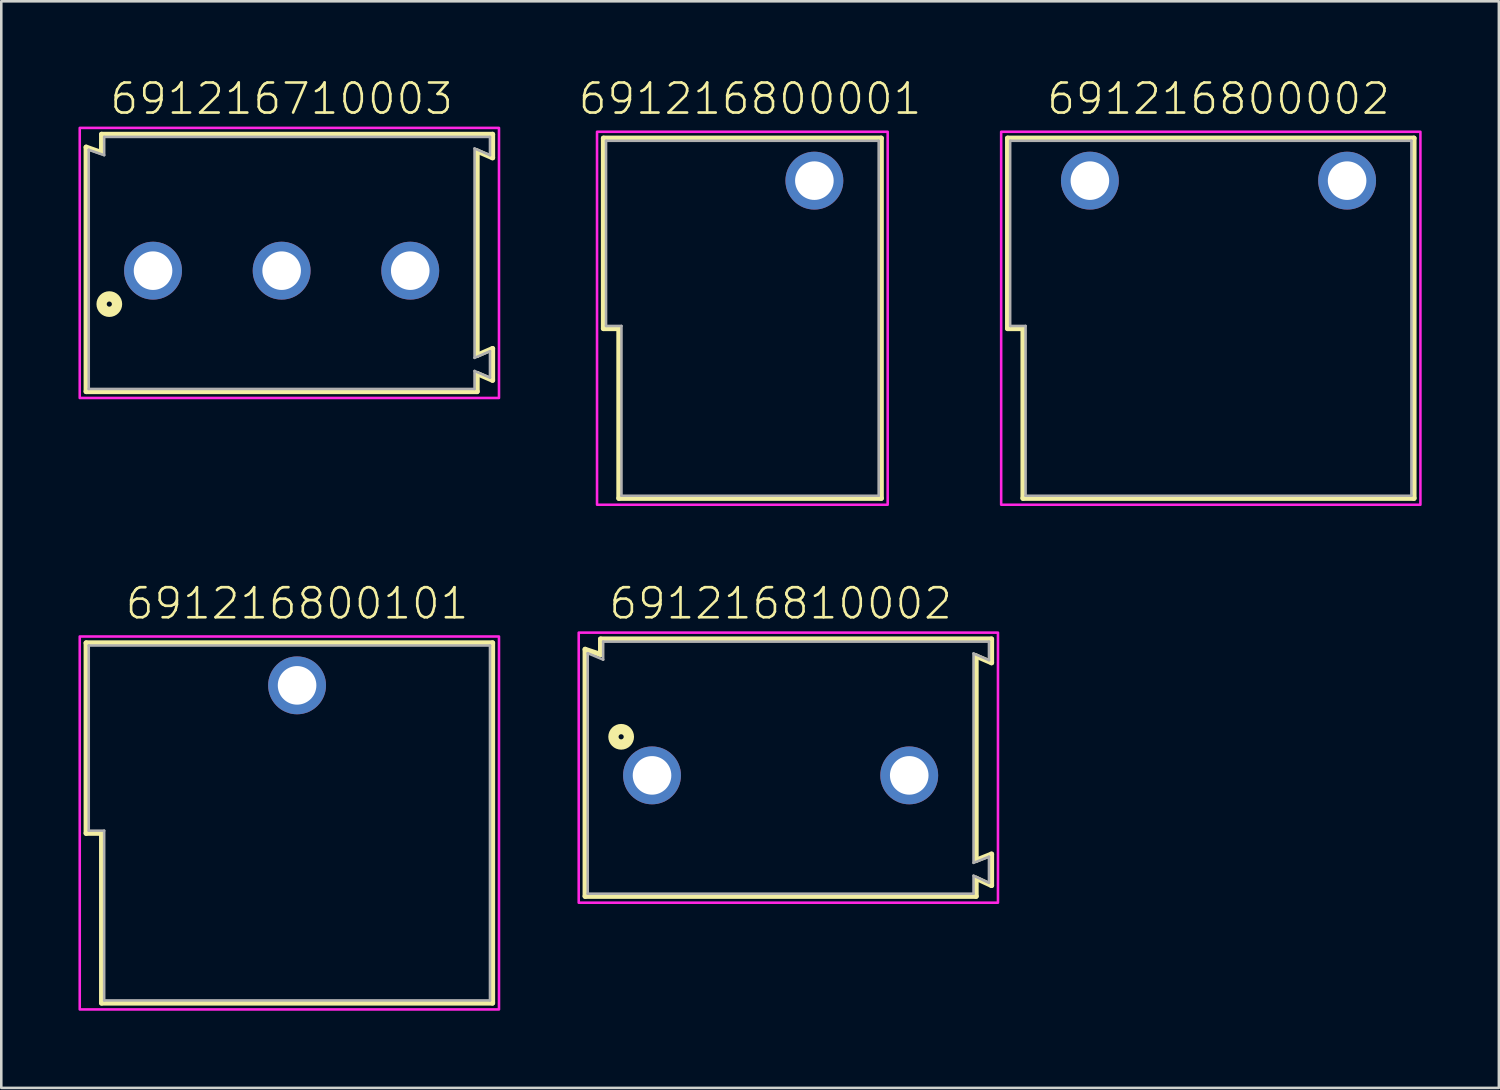
<source format=kicad_pcb>
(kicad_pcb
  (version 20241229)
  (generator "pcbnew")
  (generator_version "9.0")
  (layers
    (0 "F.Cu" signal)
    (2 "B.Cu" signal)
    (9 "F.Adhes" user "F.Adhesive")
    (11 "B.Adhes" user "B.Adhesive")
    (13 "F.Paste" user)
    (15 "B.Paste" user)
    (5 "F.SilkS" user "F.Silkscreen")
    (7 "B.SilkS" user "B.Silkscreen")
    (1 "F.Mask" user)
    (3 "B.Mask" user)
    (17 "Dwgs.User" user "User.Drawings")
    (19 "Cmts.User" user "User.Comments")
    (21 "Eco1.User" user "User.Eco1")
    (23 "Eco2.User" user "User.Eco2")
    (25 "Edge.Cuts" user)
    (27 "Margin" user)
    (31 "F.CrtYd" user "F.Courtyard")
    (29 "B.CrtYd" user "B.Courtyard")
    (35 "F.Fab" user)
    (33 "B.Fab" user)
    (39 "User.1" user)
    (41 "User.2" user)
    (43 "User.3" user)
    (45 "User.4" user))
  (footprint "691216800001"
    (layer "F.Cu")
    (at 28.612 3.973)
    (property "Reference" "691216800001" (at -2.5 -2.5 0) (unlocked yes) (layer "F.SilkS") (effects (font (size 1.168 1.168) (thickness 0.102)) (justify bottom)))
    (fp_line (start -8.2 -1.65) (end 2.6 -1.65) (stroke (width 0.2) (type solid)) (layer "F.SilkS"))
    (fp_line (start -8.2 5.75) (end -8.2 -1.65) (stroke (width 0.2) (type solid)) (layer "F.SilkS"))
    (fp_line (start -7.6 5.75) (end -8.2 5.75) (stroke (width 0.2) (type solid)) (layer "F.SilkS"))
    (fp_line (start -7.6 12.35) (end -7.6 5.75) (stroke (width 0.2) (type solid)) (layer "F.SilkS"))
    (fp_line (start 2.6 -1.65) (end 2.6 12.35) (stroke (width 0.2) (type solid)) (layer "F.SilkS"))
    (fp_line (start 2.6 12.35) (end -7.6 12.35) (stroke (width 0.2) (type solid)) (layer "F.SilkS"))
    (fp_poly (pts (xy 2.85 12.6) (xy -8.45 12.6) (xy -8.45 -1.9) (xy 2.85 -1.9)) (stroke (width 0.1) (type default)) (fill no) (layer "F.CrtYd"))
    (fp_line (start -8.1 5.65) (end -8.1 -1.55) (stroke (width 0.1) (type solid)) (layer "F.Fab"))
    (fp_line (start -8.1 5.65) (end -7.5 5.65) (stroke (width 0.1) (type solid)) (layer "F.Fab"))
    (fp_line (start -7.5 12.25) (end -7.5 5.65) (stroke (width 0.1) (type solid)) (layer "F.Fab"))
    (fp_line (start 2.5 -1.55) (end -8.1 -1.55) (stroke (width 0.1) (type solid)) (layer "F.Fab"))
    (fp_line (start 2.5 -1.55) (end 2.5 12.25) (stroke (width 0.1) (type solid)) (layer "F.Fab"))
    (fp_line (start 2.5 12.25) (end -7.5 12.25) (stroke (width 0.1) (type solid)) (layer "F.Fab"))
    (pad "1" thru_hole circle (at 0 0 180) (size 2.25 2.25) (drill 1.5) (layers "*.Cu" "*.Mask")))
  (footprint "691216800101"
    (layer "F.Cu")
    (at 8.5 23.596)
    (property "Reference" "691216800101" (at 0 -2.5 0) (unlocked yes) (layer "F.SilkS") (effects (font (size 1.168 1.168) (thickness 0.102)) (justify bottom)))
    (fp_line (start -8.2 -1.65) (end 7.6 -1.65) (stroke (width 0.2) (type solid)) (layer "F.SilkS"))
    (fp_line (start -8.2 5.75) (end -8.2 -1.65) (stroke (width 0.2) (type solid)) (layer "F.SilkS"))
    (fp_line (start -7.6 5.75) (end -8.2 5.75) (stroke (width 0.2) (type solid)) (layer "F.SilkS"))
    (fp_line (start -7.6 12.35) (end -7.6 5.75) (stroke (width 0.2) (type solid)) (layer "F.SilkS"))
    (fp_line (start 7.6 -1.65) (end 7.6 12.35) (stroke (width 0.2) (type solid)) (layer "F.SilkS"))
    (fp_line (start 7.6 12.35) (end -7.6 12.35) (stroke (width 0.2) (type solid)) (layer "F.SilkS"))
    (fp_poly (pts (xy 7.85 12.6) (xy -8.45 12.6) (xy -8.45 -1.9) (xy 7.85 -1.9)) (stroke (width 0.1) (type default)) (fill no) (layer "F.CrtYd"))
    (fp_line (start -8.1 5.65) (end -8.1 -1.55) (stroke (width 0.1) (type solid)) (layer "F.Fab"))
    (fp_line (start -8.1 5.65) (end -7.5 5.65) (stroke (width 0.1) (type solid)) (layer "F.Fab"))
    (fp_line (start -7.5 12.25) (end -7.5 5.65) (stroke (width 0.1) (type solid)) (layer "F.Fab"))
    (fp_line (start 7.5 -1.55) (end -8.1 -1.55) (stroke (width 0.1) (type solid)) (layer "F.Fab"))
    (fp_line (start 7.5 -1.55) (end 7.5 12.25) (stroke (width 0.1) (type solid)) (layer "F.Fab"))
    (fp_line (start 7.5 12.25) (end -7.5 12.25) (stroke (width 0.1) (type solid)) (layer "F.Fab"))
    (pad "1" thru_hole circle (at 0 0 180) (size 2.25 2.25) (drill 1.5) (layers "*.Cu" "*.Mask")))
  (footprint "691216800002"
    (layer "F.Cu")
    (at 44.324 3.973)
    (property "Reference" "691216800002" (at 0 -2.5 0) (unlocked yes) (layer "F.SilkS") (effects (font (size 1.168 1.168) (thickness 0.102)) (justify bottom)))
    (fp_line (start -8.2 -1.65) (end 7.6 -1.65) (stroke (width 0.2) (type solid)) (layer "F.SilkS"))
    (fp_line (start -8.2 5.75) (end -8.2 -1.65) (stroke (width 0.2) (type solid)) (layer "F.SilkS"))
    (fp_line (start -7.6 5.75) (end -8.2 5.75) (stroke (width 0.2) (type solid)) (layer "F.SilkS"))
    (fp_line (start -7.6 12.35) (end -7.6 5.75) (stroke (width 0.2) (type solid)) (layer "F.SilkS"))
    (fp_line (start 7.6 -1.65) (end 7.6 12.35) (stroke (width 0.2) (type solid)) (layer "F.SilkS"))
    (fp_line (start 7.6 12.35) (end -7.6 12.35) (stroke (width 0.2) (type solid)) (layer "F.SilkS"))
    (fp_poly (pts (xy 7.85 12.6) (xy -8.45 12.6) (xy -8.45 -1.9) (xy 7.85 -1.9)) (stroke (width 0.1) (type default)) (fill no) (layer "F.CrtYd"))
    (fp_line (start -8.1 5.65) (end -8.1 -1.55) (stroke (width 0.1) (type solid)) (layer "F.Fab"))
    (fp_line (start -8.1 5.65) (end -7.5 5.65) (stroke (width 0.1) (type solid)) (layer "F.Fab"))
    (fp_line (start -7.5 12.25) (end -7.5 5.65) (stroke (width 0.1) (type solid)) (layer "F.Fab"))
    (fp_line (start 7.5 -1.55) (end -8.1 -1.55) (stroke (width 0.1) (type solid)) (layer "F.Fab"))
    (fp_line (start 7.5 -1.55) (end 7.5 12.25) (stroke (width 0.1) (type solid)) (layer "F.Fab"))
    (fp_line (start 7.5 12.25) (end -7.5 12.25) (stroke (width 0.1) (type solid)) (layer "F.Fab"))
    (pad "1" thru_hole circle (at -5 0 180) (size 2.25 2.25) (drill 1.5) (layers "*.Cu" "*.Mask"))
    (pad "2" thru_hole circle (at 5 0 180) (size 2.25 2.25) (drill 1.5) (layers "*.Cu" "*.Mask")))
  (footprint "691216810002"
    (layer "F.Cu")
    (at 27.3 27.096)
    (property "Reference" "691216810002" (at 0 -6 0) (unlocked yes) (layer "F.SilkS") (effects (font (size 1.168 1.168) (thickness 0.102)) (justify bottom)))
    (fp_line (start -7.6 -4.9) (end -7 -4.7) (stroke (width 0.2) (type solid)) (layer "F.SilkS"))
    (fp_line (start -7.6 4.7) (end -7.6 -4.9) (stroke (width 0.2) (type solid)) (layer "F.SilkS"))
    (fp_line (start -7 -5.3) (end 8.2 -5.3) (stroke (width 0.2) (type solid)) (layer "F.SilkS"))
    (fp_line (start -7 -4.7) (end -7 -5.3) (stroke (width 0.2) (type solid)) (layer "F.SilkS"))
    (fp_line (start 7.6 -4.64) (end 7.6 3.3) (stroke (width 0.2) (type solid)) (layer "F.SilkS"))
    (fp_line (start 7.6 3.3) (end 8.2 3.062) (stroke (width 0.2) (type solid)) (layer "F.SilkS"))
    (fp_line (start 7.6 4) (end 7.6 4.7) (stroke (width 0.2) (type solid)) (layer "F.SilkS"))
    (fp_line (start 7.6 4.7) (end -7.6 4.7) (stroke (width 0.2) (type solid)) (layer "F.SilkS"))
    (fp_line (start 8.2 -5.3) (end 8.2 -4.38) (stroke (width 0.2) (type solid)) (layer "F.SilkS"))
    (fp_line (start 8.2 -4.38) (end 7.6 -4.64) (stroke (width 0.2) (type solid)) (layer "F.SilkS"))
    (fp_line (start 8.2 3.062) (end 8.2 4.28) (stroke (width 0.2) (type solid)) (layer "F.SilkS"))
    (fp_line (start 8.2 4.28) (end 7.6 4) (stroke (width 0.2) (type solid)) (layer "F.SilkS"))
    (fp_circle (center -6.2 -1.5) (end -6.1 -1.5) (stroke (width 0.4) (type solid)) (fill no) (layer "F.SilkS"))
    (fp_poly (pts (xy 8.45 4.95) (xy -7.85 4.95) (xy -7.85 -5.55) (xy 8.45 -5.55)) (stroke (width 0.1) (type default)) (fill no) (layer "F.CrtYd"))
    (fp_line (start -7.5 -4.75) (end -7.5 4.6) (stroke (width 0.1) (type solid)) (layer "F.Fab"))
    (fp_line (start -7.5 -4.75) (end -6.9 -4.5) (stroke (width 0.1) (type solid)) (layer "F.Fab"))
    (fp_line (start -6.9 -4.5) (end -6.9 -5.2) (stroke (width 0.1) (type solid)) (layer "F.Fab"))
    (fp_line (start 7.5 -4.74) (end 7.5 3.4) (stroke (width 0.1) (type solid)) (layer "F.Fab"))
    (fp_line (start 7.5 -4.74) (end 8.1 -4.48) (stroke (width 0.1) (type solid)) (layer "F.Fab"))
    (fp_line (start 7.5 3.4) (end 8.1 3.162) (stroke (width 0.1) (type solid)) (layer "F.Fab"))
    (fp_line (start 7.5 3.9) (end 7.5 4.6) (stroke (width 0.1) (type solid)) (layer "F.Fab"))
    (fp_line (start 7.5 3.9) (end 8.1 4.18) (stroke (width 0.1) (type solid)) (layer "F.Fab"))
    (fp_line (start 7.5 4.6) (end -7.5 4.6) (stroke (width 0.1) (type solid)) (layer "F.Fab"))
    (fp_line (start 8.1 -5.2) (end -6.9 -5.2) (stroke (width 0.1) (type solid)) (layer "F.Fab"))
    (fp_line (start 8.1 -5.2) (end 8.1 -4.48) (stroke (width 0.1) (type solid)) (layer "F.Fab"))
    (fp_line (start 8.1 3.162) (end 8.1 4.18) (stroke (width 0.1) (type solid)) (layer "F.Fab"))
    (pad "1" thru_hole circle (at -5 0) (size 2.25 2.25) (drill 1.5) (layers "*.Cu" "*.Mask"))
    (pad "2" thru_hole circle (at 5 0) (size 2.25 2.25) (drill 1.5) (layers "*.Cu" "*.Mask")))
  (footprint "691216710003"
    (layer "F.Cu")
    (at 7.9 7.473)
    (property "Reference" "691216710003" (at 0 -6 0) (unlocked yes) (layer "F.SilkS") (effects (font (size 1.168 1.168) (thickness 0.102)) (justify bottom)))
    (fp_line (start -7.6 -4.8) (end -7 -4.59) (stroke (width 0.2) (type solid)) (layer "F.SilkS"))
    (fp_line (start -7.6 4.7) (end -7.6 -4.8) (stroke (width 0.2) (type solid)) (layer "F.SilkS"))
    (fp_line (start -7 -5.3) (end 8.2 -5.3) (stroke (width 0.2) (type solid)) (layer "F.SilkS"))
    (fp_line (start -7 -4.59) (end -7 -5.3) (stroke (width 0.2) (type solid)) (layer "F.SilkS"))
    (fp_line (start 7.6 -4.65) (end 7.6 3.29) (stroke (width 0.2) (type solid)) (layer "F.SilkS"))
    (fp_line (start 7.6 3.29) (end 8.2 3.03) (stroke (width 0.2) (type solid)) (layer "F.SilkS"))
    (fp_line (start 7.6 4) (end 7.6 4.7) (stroke (width 0.2) (type solid)) (layer "F.SilkS"))
    (fp_line (start 7.6 4.7) (end -7.6 4.7) (stroke (width 0.2) (type solid)) (layer "F.SilkS"))
    (fp_line (start 8.2 -5.3) (end 8.2 -4.39) (stroke (width 0.2) (type solid)) (layer "F.SilkS"))
    (fp_line (start 8.2 -4.39) (end 7.6 -4.65) (stroke (width 0.2) (type solid)) (layer "F.SilkS"))
    (fp_line (start 8.2 3.03) (end 8.2 4.26) (stroke (width 0.2) (type solid)) (layer "F.SilkS"))
    (fp_line (start 8.2 4.26) (end 7.6 4) (stroke (width 0.2) (type solid)) (layer "F.SilkS"))
    (fp_circle (center -6.7 1.3) (end -6.6 1.3) (stroke (width 0.4) (type solid)) (fill no) (layer "F.SilkS"))
    (fp_poly (pts (xy 8.45 4.95) (xy -7.85 4.95) (xy -7.85 -5.55) (xy 8.45 -5.55)) (stroke (width 0.1) (type default)) (fill no) (layer "F.CrtYd"))
    (fp_line (start -7.5 -4.7) (end -7.5 4.6) (stroke (width 0.1) (type solid)) (layer "F.Fab"))
    (fp_line (start -7.5 -4.7) (end -6.9 -4.49) (stroke (width 0.1) (type solid)) (layer "F.Fab"))
    (fp_line (start -7.5 4.6) (end 7.5 4.6) (stroke (width 0.1) (type solid)) (layer "F.Fab"))
    (fp_line (start -6.9 -5.2) (end 8.1 -5.2) (stroke (width 0.1) (type solid)) (layer "F.Fab"))
    (fp_line (start -6.9 -4.49) (end -6.9 -5.2) (stroke (width 0.1) (type solid)) (layer "F.Fab"))
    (fp_line (start 7.5 -4.75) (end 7.5 3.39) (stroke (width 0.1) (type solid)) (layer "F.Fab"))
    (fp_line (start 7.5 -4.75) (end 8.1 -4.49) (stroke (width 0.1) (type solid)) (layer "F.Fab"))
    (fp_line (start 7.5 3.39) (end 8.1 3.13) (stroke (width 0.1) (type solid)) (layer "F.Fab"))
    (fp_line (start 7.5 3.9) (end 7.5 4.6) (stroke (width 0.1) (type solid)) (layer "F.Fab"))
    (fp_line (start 7.5 3.9) (end 8.1 4.16) (stroke (width 0.1) (type solid)) (layer "F.Fab"))
    (fp_line (start 8.1 -5.2) (end 8.1 -4.49) (stroke (width 0.1) (type solid)) (layer "F.Fab"))
    (fp_line (start 8.1 3.13) (end 8.1 4.16) (stroke (width 0.1) (type solid)) (layer "F.Fab"))
    (pad "1" thru_hole circle (at -5 0) (size 2.25 2.25) (drill 1.5) (layers "*.Cu" "*.Mask"))
    (pad "2" thru_hole circle (at 0 0) (size 2.25 2.25) (drill 1.5) (layers "*.Cu" "*.Mask"))
    (pad "3" thru_hole circle (at 5 0) (size 2.25 2.25) (drill 1.5) (layers "*.Cu" "*.Mask")))
  (gr_rect
    (start -3 -3)
    (end 55.224 39.246)
    (stroke (width 0.1) (type default))
    (fill no)
    (layer "Edge.Cuts")))
</source>
